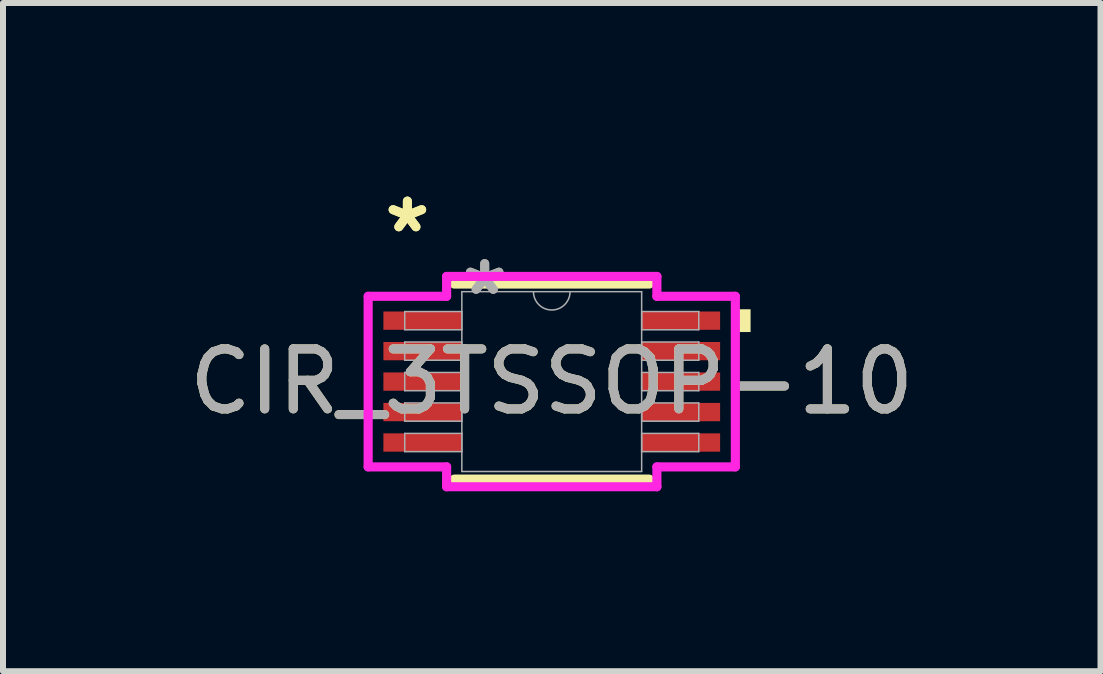
<source format=kicad_pcb>
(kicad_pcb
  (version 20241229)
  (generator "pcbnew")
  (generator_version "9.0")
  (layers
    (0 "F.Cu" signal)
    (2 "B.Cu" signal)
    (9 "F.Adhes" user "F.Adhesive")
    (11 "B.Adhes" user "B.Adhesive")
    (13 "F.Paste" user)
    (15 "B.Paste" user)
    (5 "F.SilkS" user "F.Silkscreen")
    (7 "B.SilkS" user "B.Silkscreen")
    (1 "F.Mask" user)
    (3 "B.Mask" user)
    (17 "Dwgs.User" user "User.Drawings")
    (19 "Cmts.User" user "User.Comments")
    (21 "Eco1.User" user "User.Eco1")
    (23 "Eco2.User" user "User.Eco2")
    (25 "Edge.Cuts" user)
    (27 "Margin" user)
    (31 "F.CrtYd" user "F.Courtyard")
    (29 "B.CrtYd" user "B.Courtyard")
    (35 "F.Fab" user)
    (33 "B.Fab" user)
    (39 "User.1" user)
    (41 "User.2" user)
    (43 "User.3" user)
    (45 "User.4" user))
  (footprint "CIR_3TSSOP-10"
    (layer "F.Cu")
    (at 6.149 3.312)
    (property "Reference" "CIR_3TSSOP-10" (at 0 0 0) (unlocked yes) (layer "F.SilkS") (effects (font (size 1 1) (thickness 0.15))))
    (attr smd)
    (fp_line (start -1.626 1.626) (end 1.626 1.626) (stroke (width 0.152) (type solid)) (layer "F.SilkS"))
    (fp_line (start 1.626 -1.626) (end -1.626 -1.626) (stroke (width 0.152) (type solid)) (layer "F.SilkS"))
    (fp_poly (pts (xy 3.315 -1.206) (xy 3.315 -0.826) (xy 3.061 -0.826) (xy 3.061 -1.206)) (stroke (width 0) (type solid)) (fill yes) (layer "F.SilkS"))
    (fp_line (start -3.061 -1.422) (end -1.753 -1.422) (stroke (width 0.152) (type solid)) (layer "F.CrtYd"))
    (fp_line (start -3.061 1.422) (end -3.061 -1.422) (stroke (width 0.152) (type solid)) (layer "F.CrtYd"))
    (fp_line (start -3.061 1.422) (end -1.753 1.422) (stroke (width 0.152) (type solid)) (layer "F.CrtYd"))
    (fp_line (start -1.753 -1.753) (end 1.753 -1.753) (stroke (width 0.152) (type solid)) (layer "F.CrtYd"))
    (fp_line (start -1.753 -1.422) (end -1.753 -1.753) (stroke (width 0.152) (type solid)) (layer "F.CrtYd"))
    (fp_line (start -1.753 1.753) (end -1.753 1.422) (stroke (width 0.152) (type solid)) (layer "F.CrtYd"))
    (fp_line (start 1.753 -1.753) (end 1.753 -1.422) (stroke (width 0.152) (type solid)) (layer "F.CrtYd"))
    (fp_line (start 1.753 1.422) (end 1.753 1.753) (stroke (width 0.152) (type solid)) (layer "F.CrtYd"))
    (fp_line (start 1.753 1.753) (end -1.753 1.753) (stroke (width 0.152) (type solid)) (layer "F.CrtYd"))
    (fp_line (start 3.061 -1.422) (end 1.753 -1.422) (stroke (width 0.152) (type solid)) (layer "F.CrtYd"))
    (fp_line (start 3.061 -1.422) (end 3.061 1.422) (stroke (width 0.152) (type solid)) (layer "F.CrtYd"))
    (fp_line (start 3.061 1.422) (end 1.753 1.422) (stroke (width 0.152) (type solid)) (layer "F.CrtYd"))
    (fp_line (start -2.451 -1.168) (end -2.451 -0.864) (stroke (width 0.025) (type solid)) (layer "F.Fab"))
    (fp_line (start -2.451 -0.864) (end -1.499 -0.864) (stroke (width 0.025) (type solid)) (layer "F.Fab"))
    (fp_line (start -2.451 -0.66) (end -2.451 -0.356) (stroke (width 0.025) (type solid)) (layer "F.Fab"))
    (fp_line (start -2.451 -0.356) (end -1.499 -0.356) (stroke (width 0.025) (type solid)) (layer "F.Fab"))
    (fp_line (start -2.451 -0.152) (end -2.451 0.152) (stroke (width 0.025) (type solid)) (layer "F.Fab"))
    (fp_line (start -2.451 0.152) (end -1.499 0.152) (stroke (width 0.025) (type solid)) (layer "F.Fab"))
    (fp_line (start -2.451 0.356) (end -2.451 0.66) (stroke (width 0.025) (type solid)) (layer "F.Fab"))
    (fp_line (start -2.451 0.66) (end -1.499 0.66) (stroke (width 0.025) (type solid)) (layer "F.Fab"))
    (fp_line (start -2.451 0.864) (end -2.451 1.168) (stroke (width 0.025) (type solid)) (layer "F.Fab"))
    (fp_line (start -2.451 1.168) (end -1.499 1.168) (stroke (width 0.025) (type solid)) (layer "F.Fab"))
    (fp_line (start -1.499 -1.499) (end -1.499 1.499) (stroke (width 0.025) (type solid)) (layer "F.Fab"))
    (fp_line (start -1.499 -1.168) (end -2.451 -1.168) (stroke (width 0.025) (type solid)) (layer "F.Fab"))
    (fp_line (start -1.499 -0.864) (end -1.499 -1.168) (stroke (width 0.025) (type solid)) (layer "F.Fab"))
    (fp_line (start -1.499 -0.66) (end -2.451 -0.66) (stroke (width 0.025) (type solid)) (layer "F.Fab"))
    (fp_line (start -1.499 -0.356) (end -1.499 -0.66) (stroke (width 0.025) (type solid)) (layer "F.Fab"))
    (fp_line (start -1.499 -0.152) (end -2.451 -0.152) (stroke (width 0.025) (type solid)) (layer "F.Fab"))
    (fp_line (start -1.499 0.152) (end -1.499 -0.152) (stroke (width 0.025) (type solid)) (layer "F.Fab"))
    (fp_line (start -1.499 0.356) (end -2.451 0.356) (stroke (width 0.025) (type solid)) (layer "F.Fab"))
    (fp_line (start -1.499 0.66) (end -1.499 0.356) (stroke (width 0.025) (type solid)) (layer "F.Fab"))
    (fp_line (start -1.499 0.864) (end -2.451 0.864) (stroke (width 0.025) (type solid)) (layer "F.Fab"))
    (fp_line (start -1.499 1.168) (end -1.499 0.864) (stroke (width 0.025) (type solid)) (layer "F.Fab"))
    (fp_line (start -1.499 1.499) (end 1.499 1.499) (stroke (width 0.025) (type solid)) (layer "F.Fab"))
    (fp_line (start 1.499 -1.499) (end -1.499 -1.499) (stroke (width 0.025) (type solid)) (layer "F.Fab"))
    (fp_line (start 1.499 -1.168) (end 1.499 -0.864) (stroke (width 0.025) (type solid)) (layer "F.Fab"))
    (fp_line (start 1.499 -0.864) (end 2.451 -0.864) (stroke (width 0.025) (type solid)) (layer "F.Fab"))
    (fp_line (start 1.499 -0.66) (end 1.499 -0.356) (stroke (width 0.025) (type solid)) (layer "F.Fab"))
    (fp_line (start 1.499 -0.356) (end 2.451 -0.356) (stroke (width 0.025) (type solid)) (layer "F.Fab"))
    (fp_line (start 1.499 -0.152) (end 1.499 0.152) (stroke (width 0.025) (type solid)) (layer "F.Fab"))
    (fp_line (start 1.499 0.152) (end 2.451 0.152) (stroke (width 0.025) (type solid)) (layer "F.Fab"))
    (fp_line (start 1.499 0.356) (end 1.499 0.66) (stroke (width 0.025) (type solid)) (layer "F.Fab"))
    (fp_line (start 1.499 0.66) (end 2.451 0.66) (stroke (width 0.025) (type solid)) (layer "F.Fab"))
    (fp_line (start 1.499 0.864) (end 1.499 1.168) (stroke (width 0.025) (type solid)) (layer "F.Fab"))
    (fp_line (start 1.499 1.168) (end 2.451 1.168) (stroke (width 0.025) (type solid)) (layer "F.Fab"))
    (fp_line (start 1.499 1.499) (end 1.499 -1.499) (stroke (width 0.025) (type solid)) (layer "F.Fab"))
    (fp_line (start 2.451 -1.168) (end 1.499 -1.168) (stroke (width 0.025) (type solid)) (layer "F.Fab"))
    (fp_line (start 2.451 -0.864) (end 2.451 -1.168) (stroke (width 0.025) (type solid)) (layer "F.Fab"))
    (fp_line (start 2.451 -0.66) (end 1.499 -0.66) (stroke (width 0.025) (type solid)) (layer "F.Fab"))
    (fp_line (start 2.451 -0.356) (end 2.451 -0.66) (stroke (width 0.025) (type solid)) (layer "F.Fab"))
    (fp_line (start 2.451 -0.152) (end 1.499 -0.152) (stroke (width 0.025) (type solid)) (layer "F.Fab"))
    (fp_line (start 2.451 0.152) (end 2.451 -0.152) (stroke (width 0.025) (type solid)) (layer "F.Fab"))
    (fp_line (start 2.451 0.356) (end 1.499 0.356) (stroke (width 0.025) (type solid)) (layer "F.Fab"))
    (fp_line (start 2.451 0.66) (end 2.451 0.356) (stroke (width 0.025) (type solid)) (layer "F.Fab"))
    (fp_line (start 2.451 0.864) (end 1.499 0.864) (stroke (width 0.025) (type solid)) (layer "F.Fab"))
    (fp_line (start 2.451 1.168) (end 2.451 0.864) (stroke (width 0.025) (type solid)) (layer "F.Fab"))
    (fp_arc (start 0.3048 -1.4986) (mid 0 -1.1938) (end -0.3048 -1.4986) (stroke (width 0.0254) (type solid)) (layer "F.Fab"))
    (fp_text user "*" (at -2.407 -2.464 0) (unlocked yes) (layer "F.SilkS") (effects (font (size 1 1) (thickness 0.15))))
    (fp_text user "*" (at -2.407 -2.464 0) (layer "F.SilkS") (effects (font (size 1 1) (thickness 0.15))))
    (fp_text user "*" (at -1.118 -1.422 0) (unlocked yes) (layer "F.Fab") (effects (font (size 1 1) (thickness 0.15))))
    (fp_text user "${REFERENCE}" (at 0 0 0) (unlocked yes) (layer "F.Fab") (effects (font (size 1 1) (thickness 0.15))))
    (fp_text user "*" (at -1.118 -1.422 0) (layer "F.Fab") (effects (font (size 1 1) (thickness 0.15))))
    (pad "1" smd rect (at -2.153 -1.016) (size 1.308 0.305) (layers "F.Cu" "F.Mask" "F.Paste"))
    (pad "2" smd rect (at -2.153 -0.508) (size 1.308 0.305) (layers "F.Cu" "F.Mask" "F.Paste"))
    (pad "3" smd rect (at -2.153 0) (size 1.308 0.305) (layers "F.Cu" "F.Mask" "F.Paste"))
    (pad "4" smd rect (at -2.153 0.508) (size 1.308 0.305) (layers "F.Cu" "F.Mask" "F.Paste"))
    (pad "5" smd rect (at -2.153 1.016) (size 1.308 0.305) (layers "F.Cu" "F.Mask" "F.Paste"))
    (pad "6" smd rect (at 2.153 1.016) (size 1.308 0.305) (layers "F.Cu" "F.Mask" "F.Paste"))
    (pad "7" smd rect (at 2.153 0.508) (size 1.308 0.305) (layers "F.Cu" "F.Mask" "F.Paste"))
    (pad "8" smd rect (at 2.153 0) (size 1.308 0.305) (layers "F.Cu" "F.Mask" "F.Paste"))
    (pad "9" smd rect (at 2.153 -0.508) (size 1.308 0.305) (layers "F.Cu" "F.Mask" "F.Paste"))
    (pad "10" smd rect (at 2.153 -1.016) (size 1.308 0.305) (layers "F.Cu" "F.Mask" "F.Paste")))
  (gr_rect
    (start -3 -3)
    (end 15.298 8.141)
    (stroke (width 0.1) (type default))
    (fill no)
    (layer "Edge.Cuts")))
</source>
